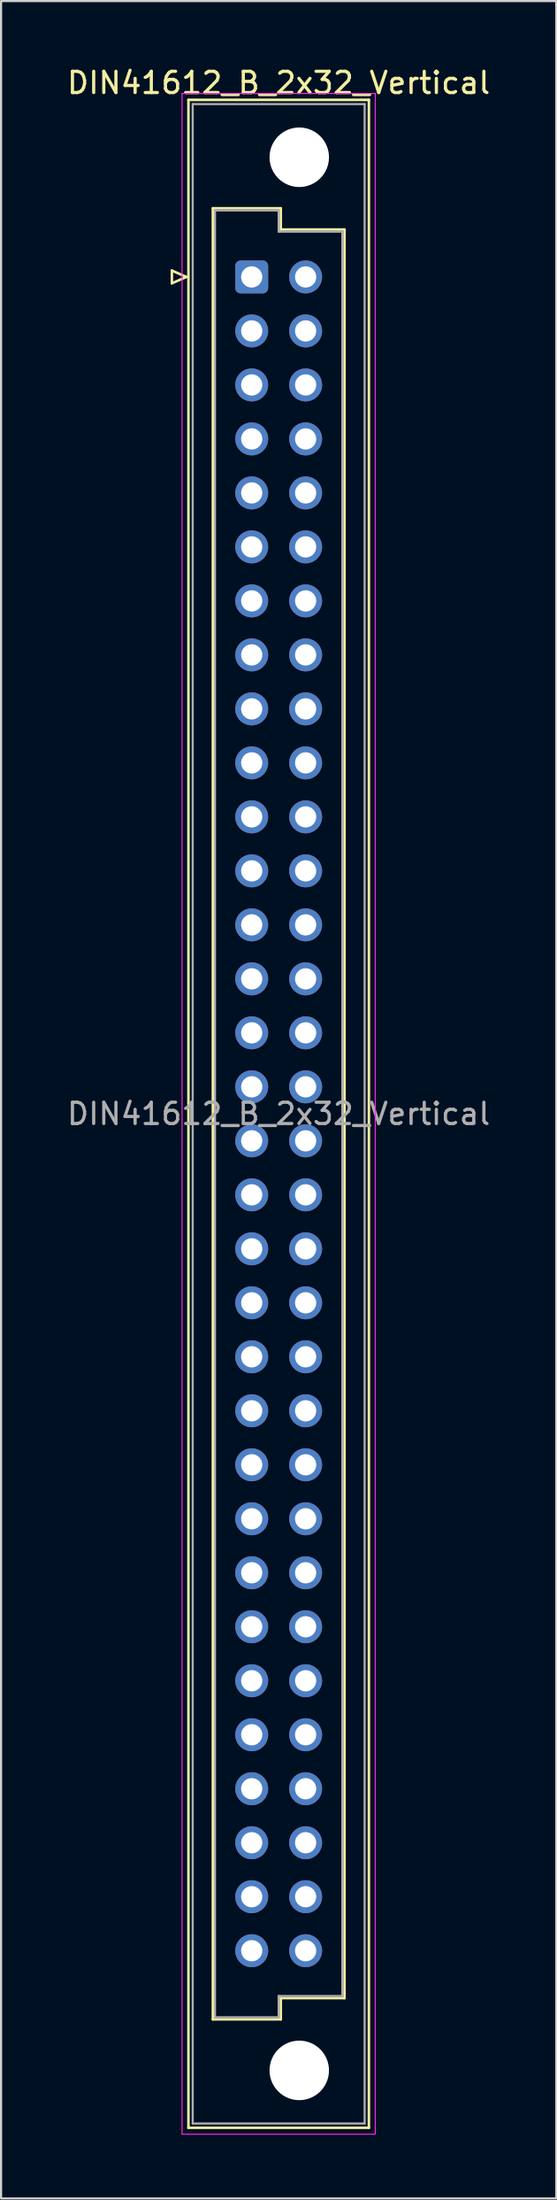
<source format=kicad_pcb>
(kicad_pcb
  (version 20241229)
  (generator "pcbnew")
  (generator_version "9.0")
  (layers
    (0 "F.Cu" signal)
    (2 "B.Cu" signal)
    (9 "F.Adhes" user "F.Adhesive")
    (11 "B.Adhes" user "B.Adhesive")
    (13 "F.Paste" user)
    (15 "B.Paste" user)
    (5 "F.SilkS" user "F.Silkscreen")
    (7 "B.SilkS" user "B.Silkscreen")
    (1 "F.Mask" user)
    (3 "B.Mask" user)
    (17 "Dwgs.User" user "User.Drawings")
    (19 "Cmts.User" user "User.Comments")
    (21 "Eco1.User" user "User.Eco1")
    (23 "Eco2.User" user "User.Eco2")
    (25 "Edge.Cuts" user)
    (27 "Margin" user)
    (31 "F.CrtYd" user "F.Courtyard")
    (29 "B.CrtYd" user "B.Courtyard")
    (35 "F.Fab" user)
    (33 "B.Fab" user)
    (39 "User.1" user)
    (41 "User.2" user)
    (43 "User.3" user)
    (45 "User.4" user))
  (footprint "DIN41612_B_2x32_Vertical"
    (layer "F.Cu")
    (at 8.807 9.978)
    (property "Reference" "DIN41612_B_2x32_Vertical" (at 1.27 -9.13 0) (layer "F.SilkS") (effects (font (size 1 1) (thickness 0.15))))
    (attr through_hole)
    (fp_line (start -3.76 -0.3) (end -3.76 0.3) (stroke (width 0.12) (type solid)) (layer "F.SilkS"))
    (fp_line (start -3.76 0.3) (end -3.08 0) (stroke (width 0.12) (type solid)) (layer "F.SilkS"))
    (fp_line (start -3.08 0) (end -3.76 -0.3) (stroke (width 0.12) (type solid)) (layer "F.SilkS"))
    (fp_line (start -2.98 -8.33) (end 5.52 -8.33) (stroke (width 0.12) (type solid)) (layer "F.SilkS"))
    (fp_line (start -2.98 87.07) (end -2.98 -8.33) (stroke (width 0.12) (type solid)) (layer "F.SilkS"))
    (fp_line (start -1.83 -3.23) (end 1.37 -3.23) (stroke (width 0.12) (type solid)) (layer "F.SilkS"))
    (fp_line (start -1.83 81.97) (end -1.83 -3.23) (stroke (width 0.12) (type solid)) (layer "F.SilkS"))
    (fp_line (start 1.37 -3.23) (end 1.37 -2.23) (stroke (width 0.12) (type solid)) (layer "F.SilkS"))
    (fp_line (start 1.37 -2.23) (end 4.37 -2.23) (stroke (width 0.12) (type solid)) (layer "F.SilkS"))
    (fp_line (start 1.37 80.97) (end 1.37 81.97) (stroke (width 0.12) (type solid)) (layer "F.SilkS"))
    (fp_line (start 1.37 81.97) (end -1.83 81.97) (stroke (width 0.12) (type solid)) (layer "F.SilkS"))
    (fp_line (start 4.37 -2.23) (end 4.37 80.97) (stroke (width 0.12) (type solid)) (layer "F.SilkS"))
    (fp_line (start 4.37 80.97) (end 1.37 80.97) (stroke (width 0.12) (type solid)) (layer "F.SilkS"))
    (fp_line (start 5.52 -8.33) (end 5.52 87.07) (stroke (width 0.12) (type solid)) (layer "F.SilkS"))
    (fp_line (start 5.52 87.07) (end -2.98 87.07) (stroke (width 0.12) (type solid)) (layer "F.SilkS"))
    (fp_line (start -3.28 -8.63) (end 5.82 -8.63) (stroke (width 0.05) (type solid)) (layer "F.CrtYd"))
    (fp_line (start -3.28 87.37) (end -3.28 -8.63) (stroke (width 0.05) (type solid)) (layer "F.CrtYd"))
    (fp_line (start 5.82 -8.63) (end 5.82 87.37) (stroke (width 0.05) (type solid)) (layer "F.CrtYd"))
    (fp_line (start 5.82 87.37) (end -3.28 87.37) (stroke (width 0.05) (type solid)) (layer "F.CrtYd"))
    (fp_line (start -2.78 -8.13) (end 5.32 -8.13) (stroke (width 0.1) (type solid)) (layer "F.Fab"))
    (fp_line (start -2.78 86.87) (end -2.78 -8.13) (stroke (width 0.1) (type solid)) (layer "F.Fab"))
    (fp_line (start -1.73 -3.13) (end 1.27 -3.13) (stroke (width 0.1) (type solid)) (layer "F.Fab"))
    (fp_line (start -1.73 81.87) (end -1.73 -3.13) (stroke (width 0.1) (type solid)) (layer "F.Fab"))
    (fp_line (start 1.27 -3.13) (end 1.27 -2.13) (stroke (width 0.1) (type solid)) (layer "F.Fab"))
    (fp_line (start 1.27 -2.13) (end 4.27 -2.13) (stroke (width 0.1) (type solid)) (layer "F.Fab"))
    (fp_line (start 1.27 80.87) (end 1.27 81.87) (stroke (width 0.1) (type solid)) (layer "F.Fab"))
    (fp_line (start 1.27 81.87) (end -1.73 81.87) (stroke (width 0.1) (type solid)) (layer "F.Fab"))
    (fp_line (start 4.27 -2.13) (end 4.27 80.87) (stroke (width 0.1) (type solid)) (layer "F.Fab"))
    (fp_line (start 4.27 80.87) (end 1.27 80.87) (stroke (width 0.1) (type solid)) (layer "F.Fab"))
    (fp_line (start 5.32 -8.13) (end 5.32 86.87) (stroke (width 0.1) (type solid)) (layer "F.Fab"))
    (fp_line (start 5.32 86.87) (end -2.78 86.87) (stroke (width 0.1) (type solid)) (layer "F.Fab"))
    (fp_text user "${REFERENCE}" (at 1.27 39.37 0) (layer "F.Fab") (effects (font (size 1 1) (thickness 0.15))))
    (pad "" np_thru_hole circle (at 2.24 -5.63) (size 2.8 2.8) (drill 2.8) (layers "*.Cu" "*.Mask"))
    (pad "" np_thru_hole circle (at 2.24 84.37) (size 2.8 2.8) (drill 2.8) (layers "*.Cu" "*.Mask"))
    (pad "a1" thru_hole roundrect (at 0 0) (size 1.55 1.55) (drill 1) (layers "*.Cu" "*.Mask") (roundrect_rratio 0.161))
    (pad "a2" thru_hole circle (at 0 2.54) (size 1.55 1.55) (drill 1) (layers "*.Cu" "*.Mask"))
    (pad "a3" thru_hole circle (at 0 5.08) (size 1.55 1.55) (drill 1) (layers "*.Cu" "*.Mask"))
    (pad "a4" thru_hole circle (at 0 7.62) (size 1.55 1.55) (drill 1) (layers "*.Cu" "*.Mask"))
    (pad "a5" thru_hole circle (at 0 10.16) (size 1.55 1.55) (drill 1) (layers "*.Cu" "*.Mask"))
    (pad "a6" thru_hole circle (at 0 12.7) (size 1.55 1.55) (drill 1) (layers "*.Cu" "*.Mask"))
    (pad "a7" thru_hole circle (at 0 15.24) (size 1.55 1.55) (drill 1) (layers "*.Cu" "*.Mask"))
    (pad "a8" thru_hole circle (at 0 17.78) (size 1.55 1.55) (drill 1) (layers "*.Cu" "*.Mask"))
    (pad "a9" thru_hole circle (at 0 20.32) (size 1.55 1.55) (drill 1) (layers "*.Cu" "*.Mask"))
    (pad "a10" thru_hole circle (at 0 22.86) (size 1.55 1.55) (drill 1) (layers "*.Cu" "*.Mask"))
    (pad "a11" thru_hole circle (at 0 25.4) (size 1.55 1.55) (drill 1) (layers "*.Cu" "*.Mask"))
    (pad "a12" thru_hole circle (at 0 27.94) (size 1.55 1.55) (drill 1) (layers "*.Cu" "*.Mask"))
    (pad "a13" thru_hole circle (at 0 30.48) (size 1.55 1.55) (drill 1) (layers "*.Cu" "*.Mask"))
    (pad "a14" thru_hole circle (at 0 33.02) (size 1.55 1.55) (drill 1) (layers "*.Cu" "*.Mask"))
    (pad "a15" thru_hole circle (at 0 35.56) (size 1.55 1.55) (drill 1) (layers "*.Cu" "*.Mask"))
    (pad "a16" thru_hole circle (at 0 38.1) (size 1.55 1.55) (drill 1) (layers "*.Cu" "*.Mask"))
    (pad "a17" thru_hole circle (at 0 40.64) (size 1.55 1.55) (drill 1) (layers "*.Cu" "*.Mask"))
    (pad "a18" thru_hole circle (at 0 43.18) (size 1.55 1.55) (drill 1) (layers "*.Cu" "*.Mask"))
    (pad "a19" thru_hole circle (at 0 45.72) (size 1.55 1.55) (drill 1) (layers "*.Cu" "*.Mask"))
    (pad "a20" thru_hole circle (at 0 48.26) (size 1.55 1.55) (drill 1) (layers "*.Cu" "*.Mask"))
    (pad "a21" thru_hole circle (at 0 50.8) (size 1.55 1.55) (drill 1) (layers "*.Cu" "*.Mask"))
    (pad "a22" thru_hole circle (at 0 53.34) (size 1.55 1.55) (drill 1) (layers "*.Cu" "*.Mask"))
    (pad "a23" thru_hole circle (at 0 55.88) (size 1.55 1.55) (drill 1) (layers "*.Cu" "*.Mask"))
    (pad "a24" thru_hole circle (at 0 58.42) (size 1.55 1.55) (drill 1) (layers "*.Cu" "*.Mask"))
    (pad "a25" thru_hole circle (at 0 60.96) (size 1.55 1.55) (drill 1) (layers "*.Cu" "*.Mask"))
    (pad "a26" thru_hole circle (at 0 63.5) (size 1.55 1.55) (drill 1) (layers "*.Cu" "*.Mask"))
    (pad "a27" thru_hole circle (at 0 66.04) (size 1.55 1.55) (drill 1) (layers "*.Cu" "*.Mask"))
    (pad "a28" thru_hole circle (at 0 68.58) (size 1.55 1.55) (drill 1) (layers "*.Cu" "*.Mask"))
    (pad "a29" thru_hole circle (at 0 71.12) (size 1.55 1.55) (drill 1) (layers "*.Cu" "*.Mask"))
    (pad "a30" thru_hole circle (at 0 73.66) (size 1.55 1.55) (drill 1) (layers "*.Cu" "*.Mask"))
    (pad "a31" thru_hole circle (at 0 76.2) (size 1.55 1.55) (drill 1) (layers "*.Cu" "*.Mask"))
    (pad "a32" thru_hole circle (at 0 78.74) (size 1.55 1.55) (drill 1) (layers "*.Cu" "*.Mask"))
    (pad "b1" thru_hole circle (at 2.54 0) (size 1.55 1.55) (drill 1) (layers "*.Cu" "*.Mask"))
    (pad "b2" thru_hole circle (at 2.54 2.54) (size 1.55 1.55) (drill 1) (layers "*.Cu" "*.Mask"))
    (pad "b3" thru_hole circle (at 2.54 5.08) (size 1.55 1.55) (drill 1) (layers "*.Cu" "*.Mask"))
    (pad "b4" thru_hole circle (at 2.54 7.62) (size 1.55 1.55) (drill 1) (layers "*.Cu" "*.Mask"))
    (pad "b5" thru_hole circle (at 2.54 10.16) (size 1.55 1.55) (drill 1) (layers "*.Cu" "*.Mask"))
    (pad "b6" thru_hole circle (at 2.54 12.7) (size 1.55 1.55) (drill 1) (layers "*.Cu" "*.Mask"))
    (pad "b7" thru_hole circle (at 2.54 15.24) (size 1.55 1.55) (drill 1) (layers "*.Cu" "*.Mask"))
    (pad "b8" thru_hole circle (at 2.54 17.78) (size 1.55 1.55) (drill 1) (layers "*.Cu" "*.Mask"))
    (pad "b9" thru_hole circle (at 2.54 20.32) (size 1.55 1.55) (drill 1) (layers "*.Cu" "*.Mask"))
    (pad "b10" thru_hole circle (at 2.54 22.86) (size 1.55 1.55) (drill 1) (layers "*.Cu" "*.Mask"))
    (pad "b11" thru_hole circle (at 2.54 25.4) (size 1.55 1.55) (drill 1) (layers "*.Cu" "*.Mask"))
    (pad "b12" thru_hole circle (at 2.54 27.94) (size 1.55 1.55) (drill 1) (layers "*.Cu" "*.Mask"))
    (pad "b13" thru_hole circle (at 2.54 30.48) (size 1.55 1.55) (drill 1) (layers "*.Cu" "*.Mask"))
    (pad "b14" thru_hole circle (at 2.54 33.02) (size 1.55 1.55) (drill 1) (layers "*.Cu" "*.Mask"))
    (pad "b15" thru_hole circle (at 2.54 35.56) (size 1.55 1.55) (drill 1) (layers "*.Cu" "*.Mask"))
    (pad "b16" thru_hole circle (at 2.54 38.1) (size 1.55 1.55) (drill 1) (layers "*.Cu" "*.Mask"))
    (pad "b17" thru_hole circle (at 2.54 40.64) (size 1.55 1.55) (drill 1) (layers "*.Cu" "*.Mask"))
    (pad "b18" thru_hole circle (at 2.54 43.18) (size 1.55 1.55) (drill 1) (layers "*.Cu" "*.Mask"))
    (pad "b19" thru_hole circle (at 2.54 45.72) (size 1.55 1.55) (drill 1) (layers "*.Cu" "*.Mask"))
    (pad "b20" thru_hole circle (at 2.54 48.26) (size 1.55 1.55) (drill 1) (layers "*.Cu" "*.Mask"))
    (pad "b21" thru_hole circle (at 2.54 50.8) (size 1.55 1.55) (drill 1) (layers "*.Cu" "*.Mask"))
    (pad "b22" thru_hole circle (at 2.54 53.34) (size 1.55 1.55) (drill 1) (layers "*.Cu" "*.Mask"))
    (pad "b23" thru_hole circle (at 2.54 55.88) (size 1.55 1.55) (drill 1) (layers "*.Cu" "*.Mask"))
    (pad "b24" thru_hole circle (at 2.54 58.42) (size 1.55 1.55) (drill 1) (layers "*.Cu" "*.Mask"))
    (pad "b25" thru_hole circle (at 2.54 60.96) (size 1.55 1.55) (drill 1) (layers "*.Cu" "*.Mask"))
    (pad "b26" thru_hole circle (at 2.54 63.5) (size 1.55 1.55) (drill 1) (layers "*.Cu" "*.Mask"))
    (pad "b27" thru_hole circle (at 2.54 66.04) (size 1.55 1.55) (drill 1) (layers "*.Cu" "*.Mask"))
    (pad "b28" thru_hole circle (at 2.54 68.58) (size 1.55 1.55) (drill 1) (layers "*.Cu" "*.Mask"))
    (pad "b29" thru_hole circle (at 2.54 71.12) (size 1.55 1.55) (drill 1) (layers "*.Cu" "*.Mask"))
    (pad "b30" thru_hole circle (at 2.54 73.66) (size 1.55 1.55) (drill 1) (layers "*.Cu" "*.Mask"))
    (pad "b31" thru_hole circle (at 2.54 76.2) (size 1.55 1.55) (drill 1) (layers "*.Cu" "*.Mask"))
    (pad "b32" thru_hole circle (at 2.54 78.74) (size 1.55 1.55) (drill 1) (layers "*.Cu" "*.Mask")))
  (gr_rect
    (start -3 -3)
    (end 23.155 100.373)
    (stroke (width 0.1) (type default))
    (fill no)
    (layer "Edge.Cuts")))
</source>
